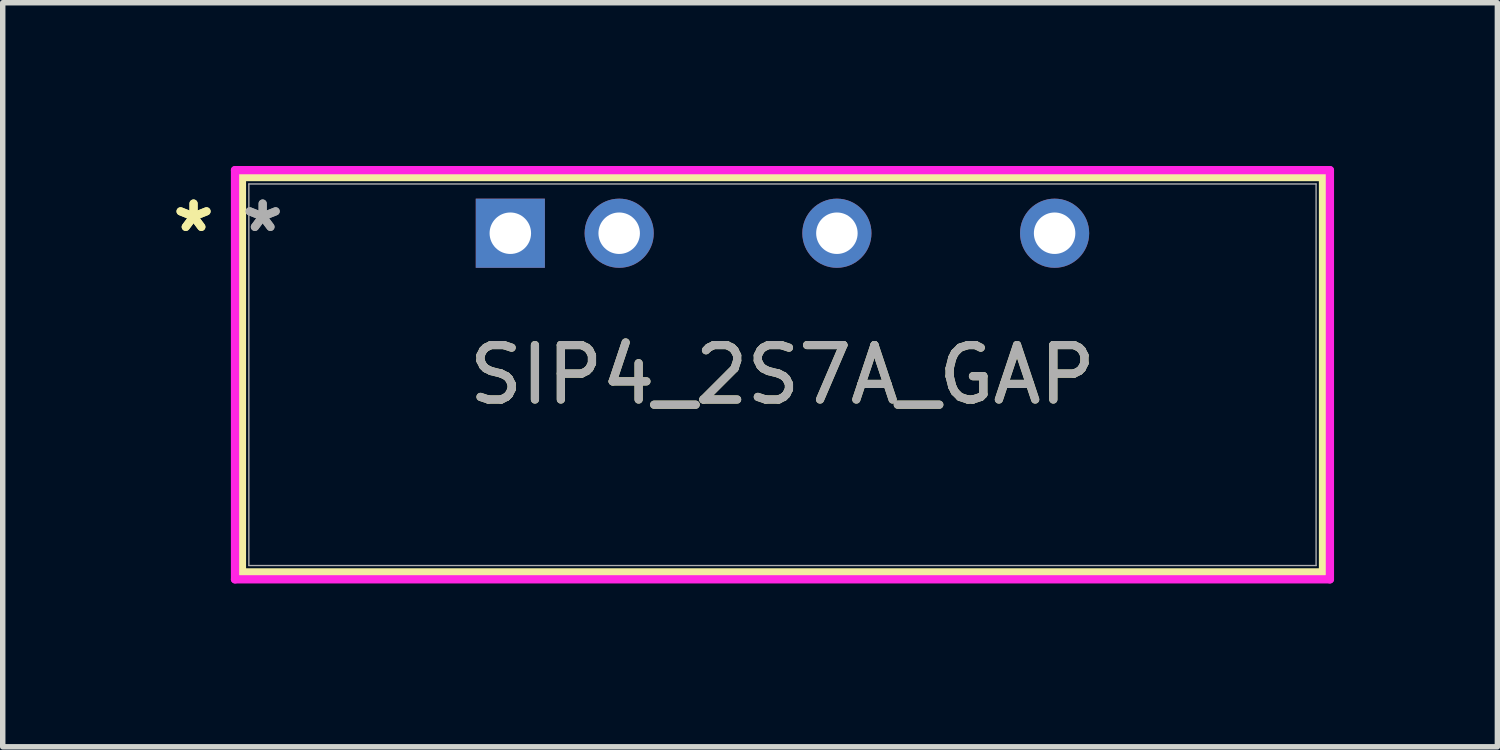
<source format=kicad_pcb>
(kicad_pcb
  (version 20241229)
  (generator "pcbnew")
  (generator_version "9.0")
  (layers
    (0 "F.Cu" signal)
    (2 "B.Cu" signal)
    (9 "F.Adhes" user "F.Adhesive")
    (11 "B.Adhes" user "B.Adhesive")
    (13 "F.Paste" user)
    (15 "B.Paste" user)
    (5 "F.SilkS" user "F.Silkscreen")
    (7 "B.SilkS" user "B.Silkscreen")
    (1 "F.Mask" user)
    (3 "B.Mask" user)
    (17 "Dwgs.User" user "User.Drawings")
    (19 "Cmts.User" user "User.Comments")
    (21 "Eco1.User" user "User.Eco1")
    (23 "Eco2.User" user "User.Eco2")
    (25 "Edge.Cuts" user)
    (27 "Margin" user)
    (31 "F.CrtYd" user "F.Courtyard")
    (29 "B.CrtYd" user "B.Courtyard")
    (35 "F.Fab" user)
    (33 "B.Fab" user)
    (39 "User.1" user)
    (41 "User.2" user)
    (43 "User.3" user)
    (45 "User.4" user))
  (footprint "SIP4_2S7A_GAP"
    (layer "F.Cu")
    (at 6.326 1.235)
    (property "Reference" "SIP4_2S7A_GAP" (at 5 2.6 0) (unlocked yes) (layer "F.SilkS") (effects (font (size 1 1) (thickness 0.15))))
    (attr through_hole)
    (fp_line (start -4.931 -1.032) (end -4.931 6.232) (stroke (width 0.152) (type solid)) (layer "F.SilkS"))
    (fp_line (start -4.931 6.232) (end 14.931 6.232) (stroke (width 0.152) (type solid)) (layer "F.SilkS"))
    (fp_line (start 14.931 -1.032) (end -4.931 -1.032) (stroke (width 0.152) (type solid)) (layer "F.SilkS"))
    (fp_line (start 14.931 6.232) (end 14.931 -1.032) (stroke (width 0.152) (type solid)) (layer "F.SilkS"))
    (fp_line (start -5.058 -1.159) (end 15.058 -1.159) (stroke (width 0.152) (type solid)) (layer "F.CrtYd"))
    (fp_line (start -5.058 6.359) (end -5.058 -1.159) (stroke (width 0.152) (type solid)) (layer "F.CrtYd"))
    (fp_line (start 15.058 -1.159) (end 15.058 6.359) (stroke (width 0.152) (type solid)) (layer "F.CrtYd"))
    (fp_line (start 15.058 6.359) (end -5.058 6.359) (stroke (width 0.152) (type solid)) (layer "F.CrtYd"))
    (fp_line (start -4.804 -0.905) (end -4.804 6.105) (stroke (width 0.025) (type solid)) (layer "F.Fab"))
    (fp_line (start -4.804 6.105) (end 14.804 6.105) (stroke (width 0.025) (type solid)) (layer "F.Fab"))
    (fp_line (start 14.804 -0.905) (end -4.804 -0.905) (stroke (width 0.025) (type solid)) (layer "F.Fab"))
    (fp_line (start 14.804 6.105) (end 14.804 -0.905) (stroke (width 0.025) (type solid)) (layer "F.Fab"))
    (fp_text user "*" (at -5.82 0 0) (layer "F.SilkS") (effects (font (size 1 1) (thickness 0.15))))
    (fp_text user "*" (at -5.82 0 0) (unlocked yes) (layer "F.SilkS") (effects (font (size 1 1) (thickness 0.15))))
    (fp_text user "${REFERENCE}" (at 5 2.6 0) (unlocked yes) (layer "F.Fab") (effects (font (size 1 1) (thickness 0.15))))
    (fp_text user "*" (at -4.55 0 0) (layer "F.Fab") (effects (font (size 1 1) (thickness 0.15))))
    (fp_text user "*" (at -4.55 0 0) (unlocked yes) (layer "F.Fab") (effects (font (size 1 1) (thickness 0.15))))
    (pad "1" thru_hole rect (at 0 0) (size 1.27 1.27) (drill 0.762) (layers "*.Cu" "*.Mask"))
    (pad "2" thru_hole circle (at 2 0) (size 1.27 1.27) (drill 0.762) (layers "*.Cu" "*.Mask"))
    (pad "4" thru_hole circle (at 6 0) (size 1.27 1.27) (drill 0.762) (layers "*.Cu" "*.Mask"))
    (pad "6" thru_hole circle (at 10 0) (size 1.27 1.27) (drill 0.762) (layers "*.Cu" "*.Mask")))
  (gr_rect
    (start -3 -3)
    (end 24.461 10.671)
    (stroke (width 0.1) (type default))
    (fill no)
    (layer "Edge.Cuts")))
</source>
